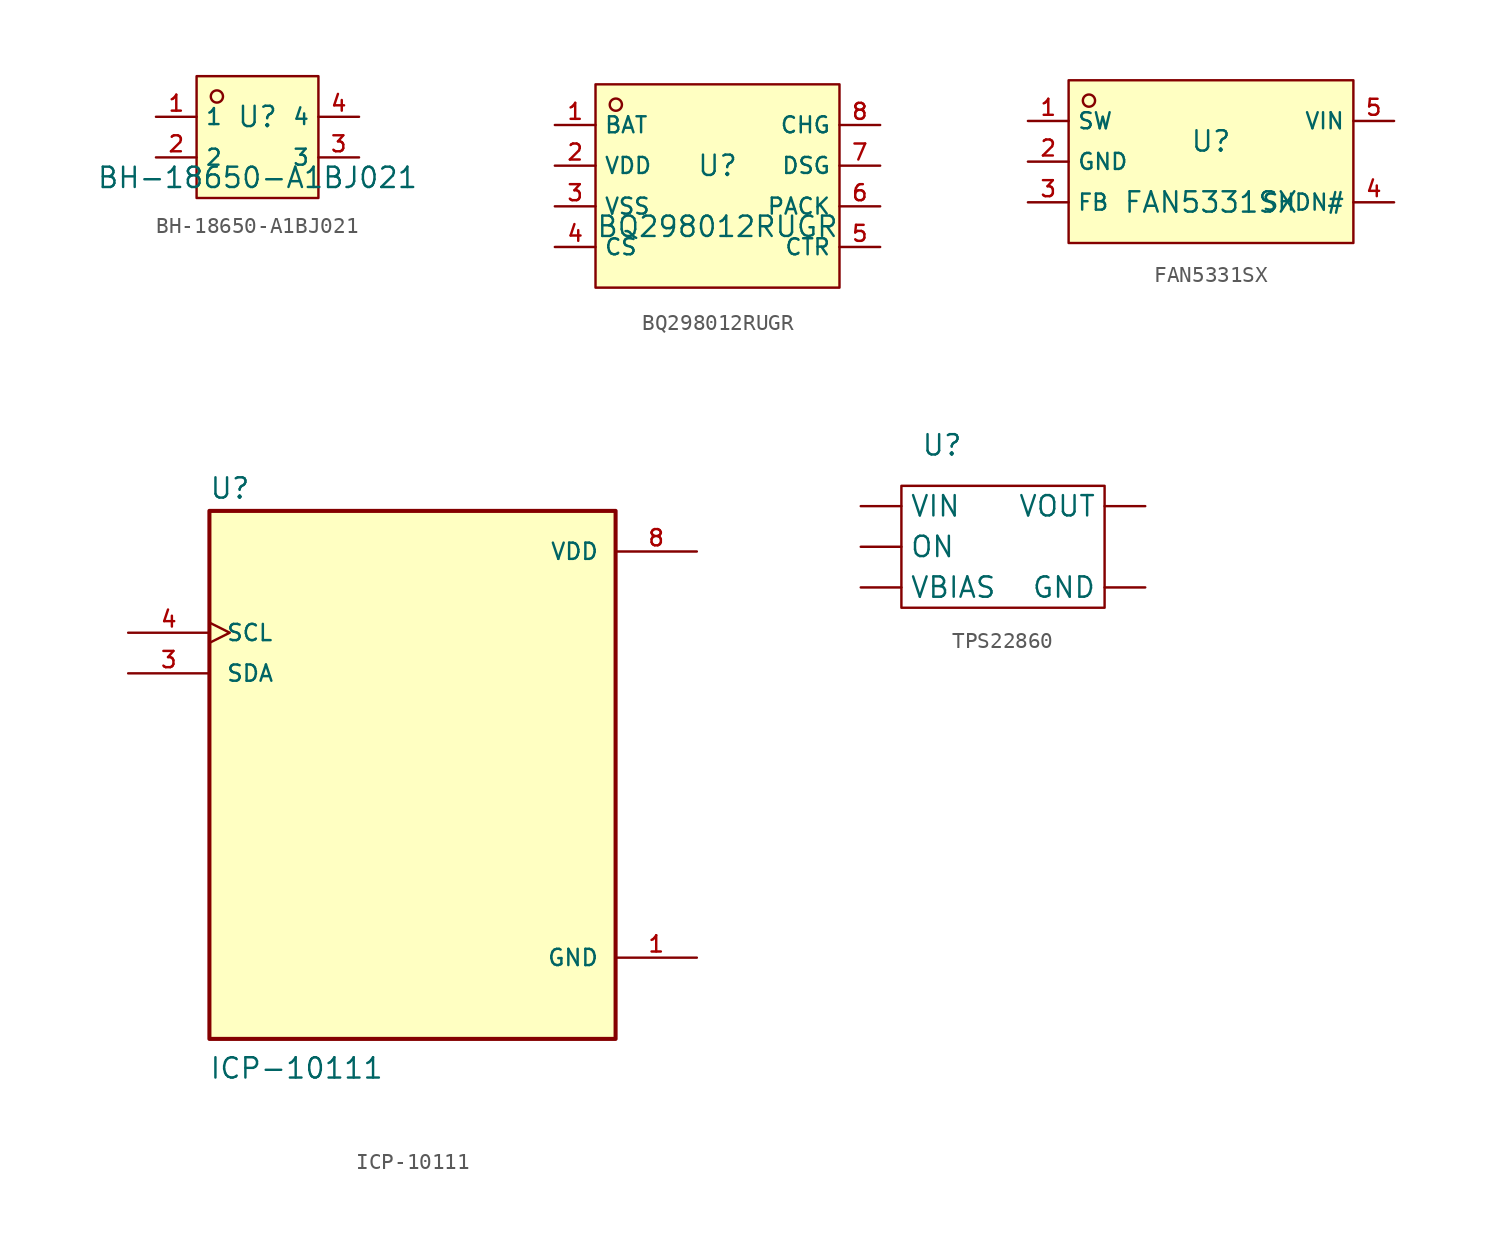
<source format=kicad_sym>
(kicad_symbol_lib
  (version 20231120)
  (generator "kicad_symbol_editor")
  (generator_version "8.0")
  (symbol "BH-18650-A1BJ021"
    (property "Reference" "U"
      (at 0 1.27 0)
      (effects (font (size 1.27 1.27))))
    (property "Value" "BH-18650-A1BJ021"
      (at 0 -2.54 0)
      (effects (font (size 1.27 1.27))))
    (symbol "BH-18650-A1BJ021_0_1"
      (rectangle (start -3.81 3.81) (end 3.81 -3.81) (stroke (width 0) (type default)) (fill (type background)))
      (circle (center -2.54 2.54) (radius 0.381) (stroke (width 0) (type default)) (fill (type background)))
      (pin unspecified line (at -6.35 1.27 0) (length 2.54) (name "1" (effects (font (size 1 1)))) (number "1" (effects (font (size 1 1)))))
      (pin unspecified line (at -6.35 -1.27 0) (length 2.54) (name "2" (effects (font (size 1 1)))) (number "2" (effects (font (size 1 1)))))
      (pin unspecified line (at 6.35 -1.27 180) (length 2.54) (name "3" (effects (font (size 1 1)))) (number "3" (effects (font (size 1 1)))))
      (pin unspecified line (at 6.35 1.27 180) (length 2.54) (name "4" (effects (font (size 1 1)))) (number "4" (effects (font (size 1 1)))))))
  (symbol "BQ298012RUGR"
    (property "Reference" "U"
      (at 0 1.27 0)
      (effects (font (size 1.27 1.27))))
    (property "Value" "BQ298012RUGR"
      (at 0 -2.54 0)
      (effects (font (size 1.27 1.27))))
    (symbol "BQ298012RUGR_0_1"
      (rectangle (start -7.62 6.35) (end 7.62 -6.35) (stroke (width 0) (type default)) (fill (type background)))
      (circle (center -6.35 5.08) (radius 0.381) (stroke (width 0) (type default)) (fill (type background)))
      (pin unspecified line (at -10.16 3.81 0) (length 2.54) (name "BAT" (effects (font (size 1 1)))) (number "1" (effects (font (size 1 1)))))
      (pin unspecified line (at -10.16 1.27 0) (length 2.54) (name "VDD" (effects (font (size 1 1)))) (number "2" (effects (font (size 1 1)))))
      (pin unspecified line (at -10.16 -1.27 0) (length 2.54) (name "VSS" (effects (font (size 1 1)))) (number "3" (effects (font (size 1 1)))))
      (pin unspecified line (at -10.16 -3.81 0) (length 2.54) (name "CS" (effects (font (size 1 1)))) (number "4" (effects (font (size 1 1)))))
      (pin unspecified line (at 10.16 -3.81 180) (length 2.54) (name "CTR" (effects (font (size 1 1)))) (number "5" (effects (font (size 1 1)))))
      (pin unspecified line (at 10.16 -1.27 180) (length 2.54) (name "PACK" (effects (font (size 1 1)))) (number "6" (effects (font (size 1 1)))))
      (pin unspecified line (at 10.16 1.27 180) (length 2.54) (name "DSG" (effects (font (size 1 1)))) (number "7" (effects (font (size 1 1)))))
      (pin unspecified line (at 10.16 3.81 180) (length 2.54) (name "CHG" (effects (font (size 1 1)))) (number "8" (effects (font (size 1 1)))))))
  (symbol "FAN5331SX"
    (property "Reference" "U"
      (at 0 1.27 0)
      (effects (font (size 1.27 1.27))))
    (property "Value" "FAN5331SX"
      (at 0 -2.54 0)
      (effects (font (size 1.27 1.27))))
    (symbol "FAN5331SX_0_1"
      (rectangle (start -8.89 5.08) (end 8.89 -5.08) (stroke (width 0) (type default)) (fill (type background)))
      (circle (center -7.62 3.81) (radius 0.381) (stroke (width 0) (type default)) (fill (type background)))
      (pin unspecified line (at -11.43 2.54 0) (length 2.54) (name "SW" (effects (font (size 1 1)))) (number "1" (effects (font (size 1 1)))))
      (pin unspecified line (at -11.43 0 0) (length 2.54) (name "GND" (effects (font (size 1 1)))) (number "2" (effects (font (size 1 1)))))
      (pin unspecified line (at -11.43 -2.54 0) (length 2.54) (name "FB" (effects (font (size 1 1)))) (number "3" (effects (font (size 1 1)))))
      (pin unspecified line (at 11.43 -2.54 180) (length 2.54) (name "SHDN#" (effects (font (size 1 1)))) (number "4" (effects (font (size 1 1)))))
      (pin unspecified line (at 11.43 2.54 180) (length 2.54) (name "VIN" (effects (font (size 1 1)))) (number "5" (effects (font (size 1 1)))))))
  (symbol "ICP-10111"
    (pin_names
      (offset 1.016))
    (property "Reference" "U"
      (at -12.725 15.906 0)
      (effects (font (size 1.27 1.27)) (justify left bottom)))
    (property "Value" "ICP-10111"
      (at -12.727 -20.359 0)
      (effects (font (size 1.27 1.27)) (justify left bottom)))
    (symbol "ICP-10111_0_0"
      (rectangle (start -12.7 15.24) (end 12.7 -17.78) (stroke (width 0.254) (type default)) (fill (type background)))
      (pin power_in line (at 17.78 -12.7 180) (length 5.08) (name "GND" (effects (font (size 1.016 1.016)))) (number "1" (effects (font (size 1.016 1.016)))))
      (pin bidirectional line (at -17.78 5.08 0) (length 5.08) (name "SDA" (effects (font (size 1.016 1.016)))) (number "3" (effects (font (size 1.016 1.016)))))
      (pin input clock (at -17.78 7.62 0) (length 5.08) (name "SCL" (effects (font (size 1.016 1.016)))) (number "4" (effects (font (size 1.016 1.016)))))
      (pin power_in line (at 17.78 12.7 180) (length 5.08) (name "VDD" (effects (font (size 1.016 1.016)))) (number "8" (effects (font (size 1.016 1.016))))))
    (symbol "ICP-10111_1_0"
      (pin no_connect non_logic (at 17.78 0 180) (length 5.08) hide (name "RESV2" (effects (font (size 1.016 1.016)))) (number "2" (effects (font (size 1.016 1.016)))))
      (pin no_connect non_logic (at 17.78 -2.54 180) (length 5.08) hide (name "RESV5" (effects (font (size 1.016 1.016)))) (number "5" (effects (font (size 1.016 1.016)))))
      (pin no_connect non_logic (at 17.78 -5.08 180) (length 5.08) hide (name "RESV6" (effects (font (size 1.016 1.016)))) (number "6" (effects (font (size 1.016 1.016)))))
      (pin power_in line (at 17.78 -15.24 180) (length 5.08) hide (name "GND" (effects (font (size 1.016 1.016)))) (number "7" (effects (font (size 1.016 1.016)))))))
  (symbol "TPS22860"
    (property "Reference" "U"
      (at 0 0 0)
      (effects (font (size 1.27 1.27))))
    (property "Value" ""
      (at 0 0 0)
      (effects (font (size 1.27 1.27))))
    (symbol "TPS22860_0_1"
      (rectangle (start -2.54 -2.54) (end 10.16 -10.16) (stroke (width 0) (type default)) (fill (type none))))
    (symbol "TPS22860_1_1"
      (pin passive line (at 12.7 -8.89 180) (length 2.54) (name "GND" (effects (font (size 1.27 1.27)))) (number "" (effects (font (size 1.27 1.27)))))
      (pin no_connect line (at 12.7 -6.35 180) (length 2.54) hide (name "NC" (effects (font (size 1.27 1.27)))) (number "" (effects (font (size 1.27 1.27)))))
      (pin input line (at -5.08 -6.35 0) (length 2.54) (name "ON" (effects (font (size 1.27 1.27)))) (number "" (effects (font (size 1.27 1.27)))))
      (pin input line (at -5.08 -8.89 0) (length 2.54) (name "VBIAS" (effects (font (size 1.27 1.27)))) (number "" (effects (font (size 1.27 1.27)))))
      (pin power_in line (at -5.08 -3.81 0) (length 2.54) (name "VIN" (effects (font (size 1.27 1.27)))) (number "" (effects (font (size 1.27 1.27)))))
      (pin power_out line (at 12.7 -3.81 180) (length 2.54) (name "VOUT" (effects (font (size 1.27 1.27)))) (number "" (effects (font (size 1.27 1.27))))))))
</source>
